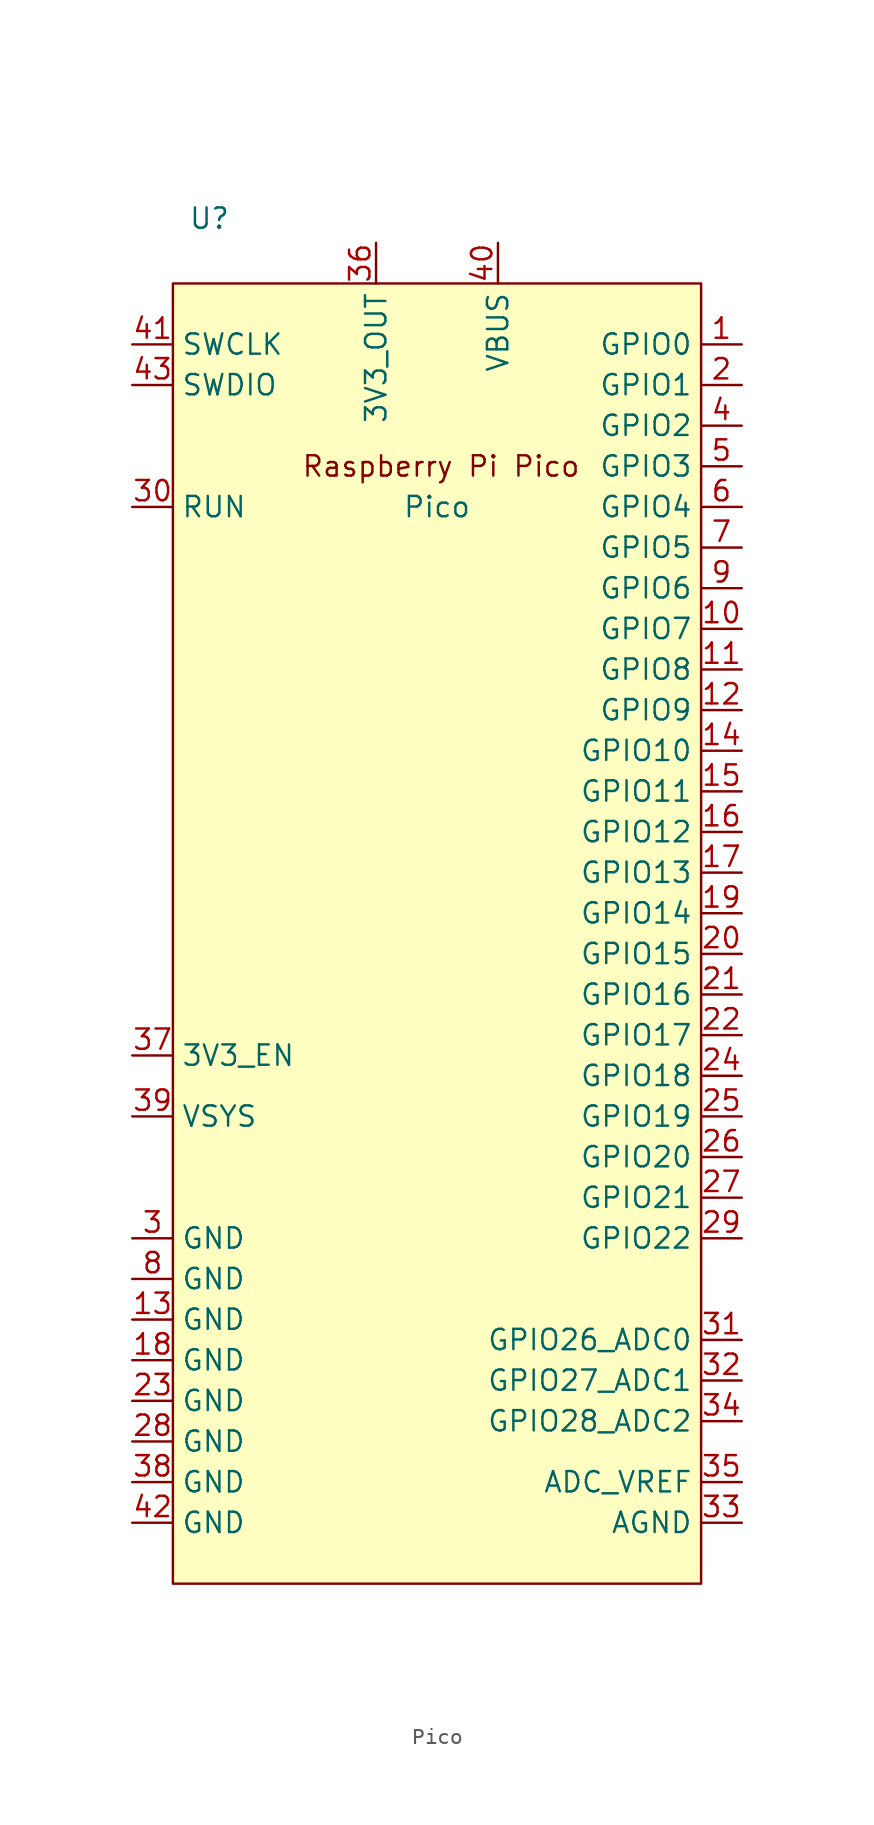
<source format=kicad_sym>
(kicad_symbol_lib
  (version 20231120)
  (generator "kicad_symbol_editor")
  (generator_version "8.0")
  (symbol "Pico"
    (property "Reference" "U"
      (at -14.224 45.974 0)
      (effects (font (size 1.27 1.27))))
    (property "Value" "Pico"
      (at 0 27.94 0)
      (effects (font (size 1.27 1.27))))
    (symbol "Pico_0_0"
      (text "Raspberry Pi Pico" (at 0.254 30.48 0) (effects (font (size 1.27 1.27)))))
    (symbol "Pico_0_1"
      (rectangle (start -16.51 41.91) (end 16.51 -39.37) (stroke (width 0) (type default)) (fill (type background))))
    (symbol "Pico_1_1"
      (pin bidirectional line (at 19.05 38.1 180) (length 2.54) (name "GPIO0" (effects (font (size 1.27 1.27)))) (number "1" (effects (font (size 1.27 1.27)))))
      (pin bidirectional line (at 19.05 20.32 180) (length 2.54) (name "GPIO7" (effects (font (size 1.27 1.27)))) (number "10" (effects (font (size 1.27 1.27)))))
      (pin bidirectional line (at 19.05 17.78 180) (length 2.54) (name "GPIO8" (effects (font (size 1.27 1.27)))) (number "11" (effects (font (size 1.27 1.27)))))
      (pin bidirectional line (at 19.05 15.24 180) (length 2.54) (name "GPIO9" (effects (font (size 1.27 1.27)))) (number "12" (effects (font (size 1.27 1.27)))))
      (pin power_in line (at -19.05 -22.86 0) (length 2.54) (name "GND" (effects (font (size 1.27 1.27)))) (number "13" (effects (font (size 1.27 1.27)))))
      (pin bidirectional line (at 19.05 12.7 180) (length 2.54) (name "GPIO10" (effects (font (size 1.27 1.27)))) (number "14" (effects (font (size 1.27 1.27)))))
      (pin bidirectional line (at 19.05 10.16 180) (length 2.54) (name "GPIO11" (effects (font (size 1.27 1.27)))) (number "15" (effects (font (size 1.27 1.27)))))
      (pin bidirectional line (at 19.05 7.62 180) (length 2.54) (name "GPIO12" (effects (font (size 1.27 1.27)))) (number "16" (effects (font (size 1.27 1.27)))))
      (pin bidirectional line (at 19.05 5.08 180) (length 2.54) (name "GPIO13" (effects (font (size 1.27 1.27)))) (number "17" (effects (font (size 1.27 1.27)))))
      (pin power_in line (at -19.05 -25.4 0) (length 2.54) (name "GND" (effects (font (size 1.27 1.27)))) (number "18" (effects (font (size 1.27 1.27)))))
      (pin bidirectional line (at 19.05 2.54 180) (length 2.54) (name "GPIO14" (effects (font (size 1.27 1.27)))) (number "19" (effects (font (size 1.27 1.27)))))
      (pin bidirectional line (at 19.05 35.56 180) (length 2.54) (name "GPIO1" (effects (font (size 1.27 1.27)))) (number "2" (effects (font (size 1.27 1.27)))))
      (pin bidirectional line (at 19.05 0 180) (length 2.54) (name "GPIO15" (effects (font (size 1.27 1.27)))) (number "20" (effects (font (size 1.27 1.27)))))
      (pin bidirectional line (at 19.05 -2.54 180) (length 2.54) (name "GPIO16" (effects (font (size 1.27 1.27)))) (number "21" (effects (font (size 1.27 1.27)))))
      (pin bidirectional line (at 19.05 -5.08 180) (length 2.54) (name "GPIO17" (effects (font (size 1.27 1.27)))) (number "22" (effects (font (size 1.27 1.27)))))
      (pin power_in line (at -19.05 -27.94 0) (length 2.54) (name "GND" (effects (font (size 1.27 1.27)))) (number "23" (effects (font (size 1.27 1.27)))))
      (pin bidirectional line (at 19.05 -7.62 180) (length 2.54) (name "GPIO18" (effects (font (size 1.27 1.27)))) (number "24" (effects (font (size 1.27 1.27)))))
      (pin bidirectional line (at 19.05 -10.16 180) (length 2.54) (name "GPIO19" (effects (font (size 1.27 1.27)))) (number "25" (effects (font (size 1.27 1.27)))))
      (pin bidirectional line (at 19.05 -12.7 180) (length 2.54) (name "GPIO20" (effects (font (size 1.27 1.27)))) (number "26" (effects (font (size 1.27 1.27)))))
      (pin bidirectional line (at 19.05 -15.24 180) (length 2.54) (name "GPIO21" (effects (font (size 1.27 1.27)))) (number "27" (effects (font (size 1.27 1.27)))))
      (pin power_in line (at -19.05 -30.48 0) (length 2.54) (name "GND" (effects (font (size 1.27 1.27)))) (number "28" (effects (font (size 1.27 1.27)))))
      (pin bidirectional line (at 19.05 -17.78 180) (length 2.54) (name "GPIO22" (effects (font (size 1.27 1.27)))) (number "29" (effects (font (size 1.27 1.27)))))
      (pin power_in line (at -19.05 -17.78 0) (length 2.54) (name "GND" (effects (font (size 1.27 1.27)))) (number "3" (effects (font (size 1.27 1.27)))))
      (pin input line (at -19.05 27.94 0) (length 2.54) (name "RUN" (effects (font (size 1.27 1.27)))) (number "30" (effects (font (size 1.27 1.27)))))
      (pin bidirectional line (at 19.05 -24.13 180) (length 2.54) (name "GPIO26_ADC0" (effects (font (size 1.27 1.27)))) (number "31" (effects (font (size 1.27 1.27)))))
      (pin bidirectional line (at 19.05 -26.67 180) (length 2.54) (name "GPIO27_ADC1" (effects (font (size 1.27 1.27)))) (number "32" (effects (font (size 1.27 1.27)))))
      (pin power_in line (at 19.05 -35.56 180) (length 2.54) (name "AGND" (effects (font (size 1.27 1.27)))) (number "33" (effects (font (size 1.27 1.27)))))
      (pin bidirectional line (at 19.05 -29.21 180) (length 2.54) (name "GPIO28_ADC2" (effects (font (size 1.27 1.27)))) (number "34" (effects (font (size 1.27 1.27)))))
      (pin power_in line (at 19.05 -33.02 180) (length 2.54) (name "ADC_VREF" (effects (font (size 1.27 1.27)))) (number "35" (effects (font (size 1.27 1.27)))))
      (pin power_in line (at -3.81 44.45 270) (length 2.54) (name "3V3_OUT" (effects (font (size 1.27 1.27)))) (number "36" (effects (font (size 1.27 1.27)))))
      (pin input line (at -19.05 -6.35 0) (length 2.54) (name "3V3_EN" (effects (font (size 1.27 1.27)))) (number "37" (effects (font (size 1.27 1.27)))))
      (pin power_in line (at -19.05 -33.02 0) (length 2.54) (name "GND" (effects (font (size 1.27 1.27)))) (number "38" (effects (font (size 1.27 1.27)))))
      (pin power_in line (at -19.05 -10.16 0) (length 2.54) (name "VSYS" (effects (font (size 1.27 1.27)))) (number "39" (effects (font (size 1.27 1.27)))))
      (pin bidirectional line (at 19.05 33.02 180) (length 2.54) (name "GPIO2" (effects (font (size 1.27 1.27)))) (number "4" (effects (font (size 1.27 1.27)))))
      (pin power_in line (at 3.81 44.45 270) (length 2.54) (name "VBUS" (effects (font (size 1.27 1.27)))) (number "40" (effects (font (size 1.27 1.27)))))
      (pin input line (at -19.05 38.1 0) (length 2.54) (name "SWCLK" (effects (font (size 1.27 1.27)))) (number "41" (effects (font (size 1.27 1.27)))))
      (pin power_in line (at -19.05 -35.56 0) (length 2.54) (name "GND" (effects (font (size 1.27 1.27)))) (number "42" (effects (font (size 1.27 1.27)))))
      (pin bidirectional line (at -19.05 35.56 0) (length 2.54) (name "SWDIO" (effects (font (size 1.27 1.27)))) (number "43" (effects (font (size 1.27 1.27)))))
      (pin bidirectional line (at 19.05 30.48 180) (length 2.54) (name "GPIO3" (effects (font (size 1.27 1.27)))) (number "5" (effects (font (size 1.27 1.27)))))
      (pin bidirectional line (at 19.05 27.94 180) (length 2.54) (name "GPIO4" (effects (font (size 1.27 1.27)))) (number "6" (effects (font (size 1.27 1.27)))))
      (pin bidirectional line (at 19.05 25.4 180) (length 2.54) (name "GPIO5" (effects (font (size 1.27 1.27)))) (number "7" (effects (font (size 1.27 1.27)))))
      (pin power_in line (at -19.05 -20.32 0) (length 2.54) (name "GND" (effects (font (size 1.27 1.27)))) (number "8" (effects (font (size 1.27 1.27)))))
      (pin bidirectional line (at 19.05 22.86 180) (length 2.54) (name "GPIO6" (effects (font (size 1.27 1.27)))) (number "9" (effects (font (size 1.27 1.27))))))))
</source>
